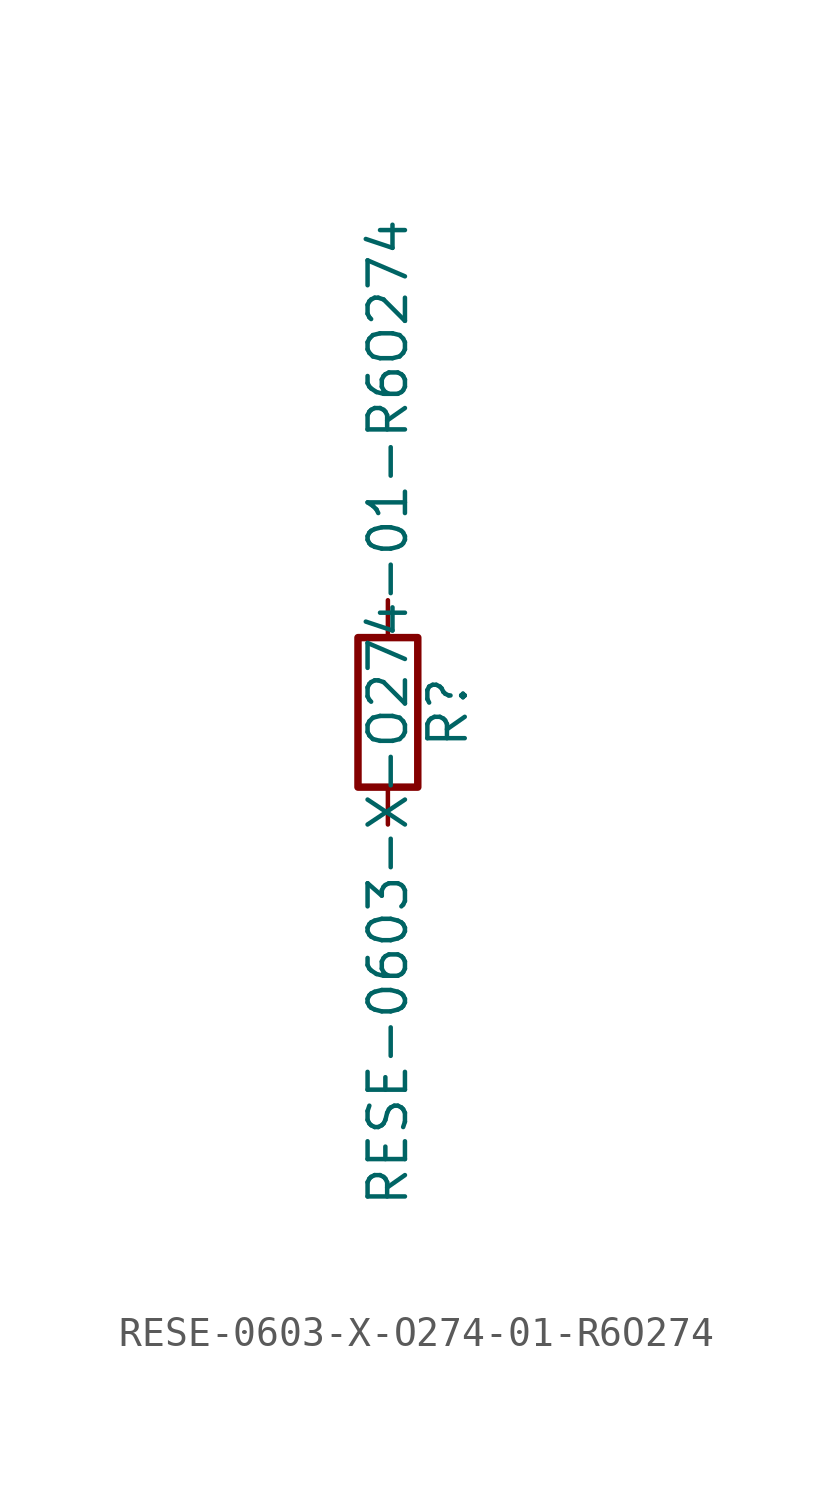
<source format=kicad_sym>
(kicad_symbol_lib
  (version 20211014)
  (generator kicad_symbol_editor)
  (symbol "RESE-0603-X-O274-01-R6O274"
    (pin_numbers hide)
    (pin_names
      (offset 0))
    (property "Reference" "R"
      (at 2.032 0 90)
      (effects (font (size 1.27 1.27))))
    (property "Value" "RESE-0603-X-O274-01-R6O274"
      (at 0 0 90)
      (effects (font (size 1.27 1.27))))
    (symbol "RESE-0603-X-O274-01-R6O274_0_1"
      (rectangle (start -1.016 -2.54) (end 1.016 2.54) (stroke (width 0.254) (type default) (color 0 0 0 0)) (fill (type none))))
    (symbol "RESE-0603-X-O274-01-R6O274_1_1"
      (pin passive line (at 0 3.81 270) (length 1.27) (name "~" (effects (font (size 1.27 1.27)))) (number "1" (effects (font (size 1.27 1.27)))))
      (pin passive line (at 0 -3.81 90) (length 1.27) (name "~" (effects (font (size 1.27 1.27)))) (number "2" (effects (font (size 1.27 1.27))))))))
</source>
